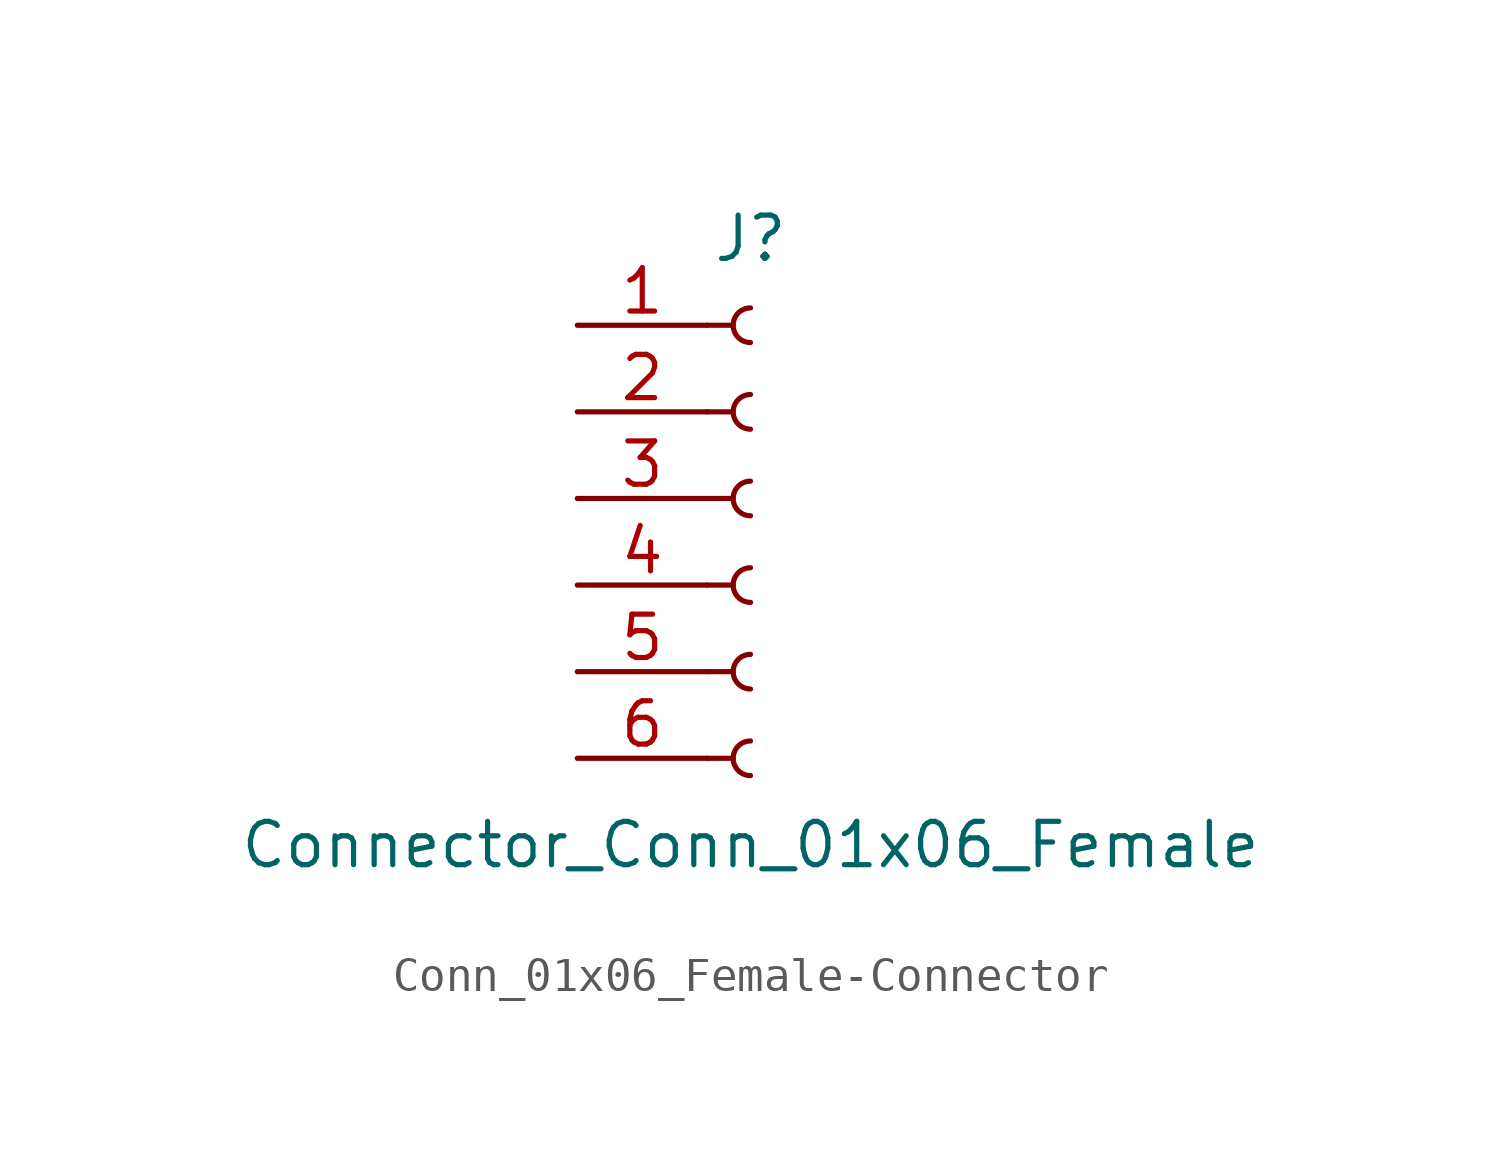
<source format=kicad_sym>
(kicad_symbol_lib
  (version 20220914)
  (generator kicad_symbol_editor)
  (symbol "Conn_01x06_Female-Connector"
    (pin_names
      (offset 1.016) hide)
    (property "Reference" "J"
      (at 0 7.62 0)
      (effects (font (size 1.27 1.27))))
    (property "Value" "Connector_Conn_01x06_Female"
      (at 0 -10.16 0)
      (effects (font (size 1.27 1.27))))
    (symbol "Conn_01x06_Female-Connector_1_1"
      (arc (start 0 -7.112) (mid -0.5058 -7.62) (end 0 -8.128) (stroke (width 0.1524) (type solid)) (fill (type none)))
      (arc (start 0 -4.572) (mid -0.5058 -5.08) (end 0 -5.588) (stroke (width 0.1524) (type solid)) (fill (type none)))
      (arc (start 0 -2.032) (mid -0.5058 -2.54) (end 0 -3.048) (stroke (width 0.1524) (type solid)) (fill (type none)))
      (polyline (pts (xy -1.27 -7.62) (xy -0.508 -7.62)) (stroke (width 0.152) (type solid)) (fill (type none)))
      (polyline (pts (xy -1.27 -5.08) (xy -0.508 -5.08)) (stroke (width 0.152) (type solid)) (fill (type none)))
      (polyline (pts (xy -1.27 -2.54) (xy -0.508 -2.54)) (stroke (width 0.152) (type solid)) (fill (type none)))
      (polyline (pts (xy -1.27 0) (xy -0.508 0)) (stroke (width 0.152) (type solid)) (fill (type none)))
      (polyline (pts (xy -1.27 2.54) (xy -0.508 2.54)) (stroke (width 0.152) (type solid)) (fill (type none)))
      (polyline (pts (xy -1.27 5.08) (xy -0.508 5.08)) (stroke (width 0.152) (type solid)) (fill (type none)))
      (arc (start 0 0.508) (mid -0.5058 0) (end 0 -0.508) (stroke (width 0.1524) (type solid)) (fill (type none)))
      (arc (start 0 3.048) (mid -0.5058 2.54) (end 0 2.032) (stroke (width 0.1524) (type solid)) (fill (type none)))
      (arc (start 0 5.588) (mid -0.5058 5.08) (end 0 4.572) (stroke (width 0.1524) (type solid)) (fill (type none)))
      (pin passive line (at -5.08 5.08 0) (length 3.81) (name "Pin_1" (effects (font (size 1.27 1.27)))) (number "1" (effects (font (size 1.27 1.27)))))
      (pin passive line (at -5.08 2.54 0) (length 3.81) (name "Pin_2" (effects (font (size 1.27 1.27)))) (number "2" (effects (font (size 1.27 1.27)))))
      (pin passive line (at -5.08 0 0) (length 3.81) (name "Pin_3" (effects (font (size 1.27 1.27)))) (number "3" (effects (font (size 1.27 1.27)))))
      (pin passive line (at -5.08 -2.54 0) (length 3.81) (name "Pin_4" (effects (font (size 1.27 1.27)))) (number "4" (effects (font (size 1.27 1.27)))))
      (pin passive line (at -5.08 -5.08 0) (length 3.81) (name "Pin_5" (effects (font (size 1.27 1.27)))) (number "5" (effects (font (size 1.27 1.27)))))
      (pin passive line (at -5.08 -7.62 0) (length 3.81) (name "Pin_6" (effects (font (size 1.27 1.27)))) (number "6" (effects (font (size 1.27 1.27))))))))
</source>
